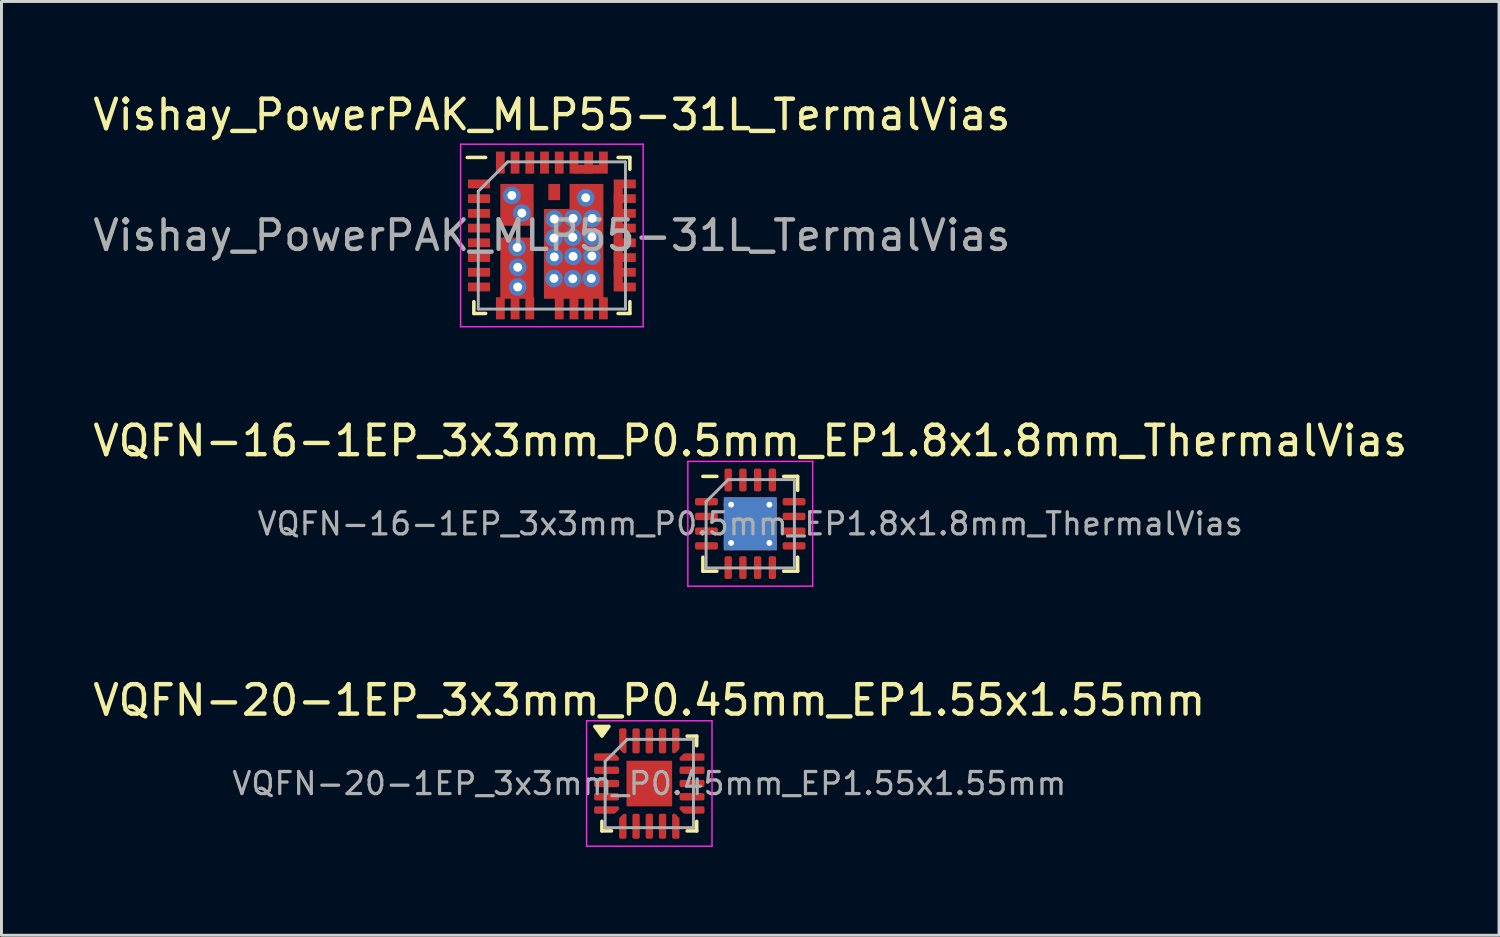
<source format=kicad_pcb>
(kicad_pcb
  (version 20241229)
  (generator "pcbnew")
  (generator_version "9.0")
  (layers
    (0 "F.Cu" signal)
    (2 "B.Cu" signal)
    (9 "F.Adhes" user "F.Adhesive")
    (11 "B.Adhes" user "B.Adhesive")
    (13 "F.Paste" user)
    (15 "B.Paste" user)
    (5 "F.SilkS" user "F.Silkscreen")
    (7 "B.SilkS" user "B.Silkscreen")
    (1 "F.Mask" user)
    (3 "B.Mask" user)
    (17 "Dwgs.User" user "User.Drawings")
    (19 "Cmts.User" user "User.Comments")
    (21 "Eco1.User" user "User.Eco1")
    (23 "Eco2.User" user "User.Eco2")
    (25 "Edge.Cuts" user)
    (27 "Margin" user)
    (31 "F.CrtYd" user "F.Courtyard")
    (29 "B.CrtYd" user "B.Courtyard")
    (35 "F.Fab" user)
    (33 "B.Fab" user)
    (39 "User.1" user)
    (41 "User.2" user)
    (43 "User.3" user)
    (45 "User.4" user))
  (footprint "VQFN-16-1EP_3x3mm_P0.5mm_EP1.8x1.8mm_ThermalVias"
    (layer "F.Cu")
    (at 22.435 14.742)
    (property "Reference" "VQFN-16-1EP_3x3mm_P0.5mm_EP1.8x1.8mm_ThermalVias" (at 0 -2.82 0) (layer "F.SilkS") (effects (font (size 1 1) (thickness 0.15))))
    (attr smd)
    (fp_line (start -1.61 1.61) (end -1.61 1.135) (stroke (width 0.12) (type solid)) (layer "F.SilkS"))
    (fp_line (start -1.135 -1.61) (end -1.61 -1.61) (stroke (width 0.12) (type solid)) (layer "F.SilkS"))
    (fp_line (start -1.135 1.61) (end -1.61 1.61) (stroke (width 0.12) (type solid)) (layer "F.SilkS"))
    (fp_line (start 1.135 -1.61) (end 1.61 -1.61) (stroke (width 0.12) (type solid)) (layer "F.SilkS"))
    (fp_line (start 1.135 1.61) (end 1.61 1.61) (stroke (width 0.12) (type solid)) (layer "F.SilkS"))
    (fp_line (start 1.61 -1.61) (end 1.61 -1.135) (stroke (width 0.12) (type solid)) (layer "F.SilkS"))
    (fp_line (start 1.61 1.61) (end 1.61 1.135) (stroke (width 0.12) (type solid)) (layer "F.SilkS"))
    (fp_line (start -2.12 -2.12) (end -2.12 2.12) (stroke (width 0.05) (type solid)) (layer "F.CrtYd"))
    (fp_line (start -2.12 2.12) (end 2.12 2.12) (stroke (width 0.05) (type solid)) (layer "F.CrtYd"))
    (fp_line (start 2.12 -2.12) (end -2.12 -2.12) (stroke (width 0.05) (type solid)) (layer "F.CrtYd"))
    (fp_line (start 2.12 2.12) (end 2.12 -2.12) (stroke (width 0.05) (type solid)) (layer "F.CrtYd"))
    (fp_line (start -1.5 -0.75) (end -0.75 -1.5) (stroke (width 0.1) (type solid)) (layer "F.Fab"))
    (fp_line (start -1.5 1.5) (end -1.5 -0.75) (stroke (width 0.1) (type solid)) (layer "F.Fab"))
    (fp_line (start -0.75 -1.5) (end 1.5 -1.5) (stroke (width 0.1) (type solid)) (layer "F.Fab"))
    (fp_line (start 1.5 -1.5) (end 1.5 1.5) (stroke (width 0.1) (type solid)) (layer "F.Fab"))
    (fp_line (start 1.5 1.5) (end -1.5 1.5) (stroke (width 0.1) (type solid)) (layer "F.Fab"))
    (fp_text user "${REFERENCE}" (at 0 0 0) (layer "F.Fab") (effects (font (size 0.75 0.75) (thickness 0.11))))
    (pad "" smd roundrect (at -0.45 -0.45) (size 0.78 0.78) (layers "F.Paste") (roundrect_rratio 0.25))
    (pad "" smd roundrect (at -0.45 0.45) (size 0.78 0.78) (layers "F.Paste") (roundrect_rratio 0.25))
    (pad "" smd roundrect (at 0.45 -0.45) (size 0.78 0.78) (layers "F.Paste") (roundrect_rratio 0.25))
    (pad "" smd roundrect (at 0.45 0.45) (size 0.78 0.78) (layers "F.Paste") (roundrect_rratio 0.25))
    (pad "1" smd roundrect (at -1.488 -0.75) (size 0.775 0.25) (layers "F.Cu" "F.Mask" "F.Paste") (roundrect_rratio 0.25))
    (pad "2" smd roundrect (at -1.488 -0.25) (size 0.775 0.25) (layers "F.Cu" "F.Mask" "F.Paste") (roundrect_rratio 0.25))
    (pad "3" smd roundrect (at -1.488 0.25) (size 0.775 0.25) (layers "F.Cu" "F.Mask" "F.Paste") (roundrect_rratio 0.25))
    (pad "4" smd roundrect (at -1.488 0.75) (size 0.775 0.25) (layers "F.Cu" "F.Mask" "F.Paste") (roundrect_rratio 0.25))
    (pad "5" smd roundrect (at -0.75 1.488) (size 0.25 0.775) (layers "F.Cu" "F.Mask" "F.Paste") (roundrect_rratio 0.25))
    (pad "6" smd roundrect (at -0.25 1.488) (size 0.25 0.775) (layers "F.Cu" "F.Mask" "F.Paste") (roundrect_rratio 0.25))
    (pad "7" smd roundrect (at 0.25 1.488) (size 0.25 0.775) (layers "F.Cu" "F.Mask" "F.Paste") (roundrect_rratio 0.25))
    (pad "8" smd roundrect (at 0.75 1.488) (size 0.25 0.775) (layers "F.Cu" "F.Mask" "F.Paste") (roundrect_rratio 0.25))
    (pad "9" smd roundrect (at 1.488 0.75) (size 0.775 0.25) (layers "F.Cu" "F.Mask" "F.Paste") (roundrect_rratio 0.25))
    (pad "10" smd roundrect (at 1.488 0.25) (size 0.775 0.25) (layers "F.Cu" "F.Mask" "F.Paste") (roundrect_rratio 0.25))
    (pad "11" smd roundrect (at 1.488 -0.25) (size 0.775 0.25) (layers "F.Cu" "F.Mask" "F.Paste") (roundrect_rratio 0.25))
    (pad "12" smd roundrect (at 1.488 -0.75) (size 0.775 0.25) (layers "F.Cu" "F.Mask" "F.Paste") (roundrect_rratio 0.25))
    (pad "13" smd roundrect (at 0.75 -1.488) (size 0.25 0.775) (layers "F.Cu" "F.Mask" "F.Paste") (roundrect_rratio 0.25))
    (pad "14" smd roundrect (at 0.25 -1.488) (size 0.25 0.775) (layers "F.Cu" "F.Mask" "F.Paste") (roundrect_rratio 0.25))
    (pad "15" smd roundrect (at -0.25 -1.488) (size 0.25 0.775) (layers "F.Cu" "F.Mask" "F.Paste") (roundrect_rratio 0.25))
    (pad "16" smd roundrect (at -0.75 -1.488) (size 0.25 0.775) (layers "F.Cu" "F.Mask" "F.Paste") (roundrect_rratio 0.25))
    (pad "17" thru_hole circle (at -0.65 -0.65) (size 0.5 0.5) (drill 0.2) (layers "*.Cu"))
    (pad "17" thru_hole circle (at -0.65 0.65) (size 0.5 0.5) (drill 0.2) (layers "*.Cu"))
    (pad "17" smd rect (at 0 0) (size 1.8 1.8) (layers "F.Cu" "F.Mask"))
    (pad "17" smd rect (at 0 0) (size 1.8 1.8) (layers "B.Cu"))
    (pad "17" thru_hole circle (at 0.65 -0.65) (size 0.5 0.5) (drill 0.2) (layers "*.Cu"))
    (pad "17" thru_hole circle (at 0.65 0.65) (size 0.5 0.5) (drill 0.2) (layers "*.Cu")))
  (footprint "VQFN-20-1EP_3x3mm_P0.45mm_EP1.55x1.55mm"
    (layer "F.Cu")
    (at 19.006 23.565)
    (property "Reference" "VQFN-20-1EP_3x3mm_P0.45mm_EP1.55x1.55mm" (at 0 -2.83 0) (layer "F.SilkS") (effects (font (size 1 1) (thickness 0.15))))
    (attr smd)
    (fp_line (start -1.61 1.61) (end -1.61 1.285) (stroke (width 0.12) (type solid)) (layer "F.SilkS"))
    (fp_line (start -1.285 1.61) (end -1.61 1.61) (stroke (width 0.12) (type solid)) (layer "F.SilkS"))
    (fp_line (start 1.285 -1.61) (end 1.61 -1.61) (stroke (width 0.12) (type solid)) (layer "F.SilkS"))
    (fp_line (start 1.285 1.61) (end 1.61 1.61) (stroke (width 0.12) (type solid)) (layer "F.SilkS"))
    (fp_line (start 1.61 -1.61) (end 1.61 -1.285) (stroke (width 0.12) (type solid)) (layer "F.SilkS"))
    (fp_line (start 1.61 1.61) (end 1.61 1.285) (stroke (width 0.12) (type solid)) (layer "F.SilkS"))
    (fp_poly (pts (xy -1.61 -1.61) (xy -1.85 -1.94) (xy -1.37 -1.94) (xy -1.61 -1.61)) (stroke (width 0.12) (type solid)) (fill yes) (layer "F.SilkS"))
    (fp_line (start -2.13 -2.13) (end -2.13 2.13) (stroke (width 0.05) (type solid)) (layer "F.CrtYd"))
    (fp_line (start -2.13 2.13) (end 2.13 2.13) (stroke (width 0.05) (type solid)) (layer "F.CrtYd"))
    (fp_line (start 2.13 -2.13) (end -2.13 -2.13) (stroke (width 0.05) (type solid)) (layer "F.CrtYd"))
    (fp_line (start 2.13 2.13) (end 2.13 -2.13) (stroke (width 0.05) (type solid)) (layer "F.CrtYd"))
    (fp_line (start -1.5 -0.75) (end -0.75 -1.5) (stroke (width 0.1) (type solid)) (layer "F.Fab"))
    (fp_line (start -1.5 1.5) (end -1.5 -0.75) (stroke (width 0.1) (type solid)) (layer "F.Fab"))
    (fp_line (start -0.75 -1.5) (end 1.5 -1.5) (stroke (width 0.1) (type solid)) (layer "F.Fab"))
    (fp_line (start 1.5 -1.5) (end 1.5 1.5) (stroke (width 0.1) (type solid)) (layer "F.Fab"))
    (fp_line (start 1.5 1.5) (end -1.5 1.5) (stroke (width 0.1) (type solid)) (layer "F.Fab"))
    (fp_text user "${REFERENCE}" (at 0 0 0) (layer "F.Fab") (effects (font (size 0.75 0.75) (thickness 0.11))))
    (pad "" smd roundrect (at -0.39 -0.39) (size 0.62 0.62) (layers "F.Paste") (roundrect_rratio 0.25))
    (pad "" smd roundrect (at -0.39 0.39) (size 0.62 0.62) (layers "F.Paste") (roundrect_rratio 0.25))
    (pad "" smd roundrect (at 0.39 -0.39) (size 0.62 0.62) (layers "F.Paste") (roundrect_rratio 0.25))
    (pad "" smd roundrect (at 0.39 0.39) (size 0.62 0.62) (layers "F.Paste") (roundrect_rratio 0.25))
    (pad "1" smd custom (at -1.45 -0.9) (size 0.144 0.144) (layers "F.Cu" "F.Mask" "F.Paste") (options (anchor circle)) (primitives (gr_poly (pts (xy -0.375 -0.075) (xy 0.254 -0.075) (xy 0.375 0.046) (xy 0.375 0.075) (xy -0.375 0.075)) (width 0.1) (fill yes))))
    (pad "2" smd roundrect (at -1.45 -0.45) (size 0.85 0.25) (layers "F.Cu" "F.Mask" "F.Paste") (roundrect_rratio 0.25))
    (pad "3" smd roundrect (at -1.45 0) (size 0.85 0.25) (layers "F.Cu" "F.Mask" "F.Paste") (roundrect_rratio 0.25))
    (pad "4" smd roundrect (at -1.45 0.45) (size 0.85 0.25) (layers "F.Cu" "F.Mask" "F.Paste") (roundrect_rratio 0.25))
    (pad "5" smd custom (at -1.45 0.9) (size 0.144 0.144) (layers "F.Cu" "F.Mask" "F.Paste") (options (anchor circle)) (primitives (gr_poly (pts (xy -0.375 -0.075) (xy 0.375 -0.075) (xy 0.375 -0.046) (xy 0.254 0.075) (xy -0.375 0.075)) (width 0.1) (fill yes))))
    (pad "6" smd custom (at -0.9 1.45) (size 0.144 0.144) (layers "F.Cu" "F.Mask" "F.Paste") (options (anchor circle)) (primitives (gr_poly (pts (xy -0.075 -0.254) (xy 0.046 -0.375) (xy 0.075 -0.375) (xy 0.075 0.375) (xy -0.075 0.375)) (width 0.1) (fill yes))))
    (pad "7" smd roundrect (at -0.45 1.45) (size 0.25 0.85) (layers "F.Cu" "F.Mask" "F.Paste") (roundrect_rratio 0.25))
    (pad "8" smd roundrect (at 0 1.45) (size 0.25 0.85) (layers "F.Cu" "F.Mask" "F.Paste") (roundrect_rratio 0.25))
    (pad "9" smd roundrect (at 0.45 1.45) (size 0.25 0.85) (layers "F.Cu" "F.Mask" "F.Paste") (roundrect_rratio 0.25))
    (pad "10" smd custom (at 0.9 1.45) (size 0.144 0.144) (layers "F.Cu" "F.Mask" "F.Paste") (options (anchor circle)) (primitives (gr_poly (pts (xy -0.075 -0.375) (xy -0.046 -0.375) (xy 0.075 -0.254) (xy 0.075 0.375) (xy -0.075 0.375)) (width 0.1) (fill yes))))
    (pad "11" smd custom (at 1.45 0.9) (size 0.144 0.144) (layers "F.Cu" "F.Mask" "F.Paste") (options (anchor circle)) (primitives (gr_poly (pts (xy -0.375 -0.075) (xy 0.375 -0.075) (xy 0.375 0.075) (xy -0.254 0.075) (xy -0.375 -0.046)) (width 0.1) (fill yes))))
    (pad "12" smd roundrect (at 1.45 0.45) (size 0.85 0.25) (layers "F.Cu" "F.Mask" "F.Paste") (roundrect_rratio 0.25))
    (pad "13" smd roundrect (at 1.45 0) (size 0.85 0.25) (layers "F.Cu" "F.Mask" "F.Paste") (roundrect_rratio 0.25))
    (pad "14" smd roundrect (at 1.45 -0.45) (size 0.85 0.25) (layers "F.Cu" "F.Mask" "F.Paste") (roundrect_rratio 0.25))
    (pad "15" smd custom (at 1.45 -0.9) (size 0.144 0.144) (layers "F.Cu" "F.Mask" "F.Paste") (options (anchor circle)) (primitives (gr_poly (pts (xy -0.375 0.046) (xy -0.254 -0.075) (xy 0.375 -0.075) (xy 0.375 0.075) (xy -0.375 0.075)) (width 0.1) (fill yes))))
    (pad "16" smd custom (at 0.9 -1.45) (size 0.144 0.144) (layers "F.Cu" "F.Mask" "F.Paste") (options (anchor circle)) (primitives (gr_poly (pts (xy -0.075 -0.375) (xy 0.075 -0.375) (xy 0.075 0.254) (xy -0.046 0.375) (xy -0.075 0.375)) (width 0.1) (fill yes))))
    (pad "17" smd roundrect (at 0.45 -1.45) (size 0.25 0.85) (layers "F.Cu" "F.Mask" "F.Paste") (roundrect_rratio 0.25))
    (pad "18" smd roundrect (at 0 -1.45) (size 0.25 0.85) (layers "F.Cu" "F.Mask" "F.Paste") (roundrect_rratio 0.25))
    (pad "19" smd roundrect (at -0.45 -1.45) (size 0.25 0.85) (layers "F.Cu" "F.Mask" "F.Paste") (roundrect_rratio 0.25))
    (pad "20" smd custom (at -0.9 -1.45) (size 0.144 0.144) (layers "F.Cu" "F.Mask" "F.Paste") (options (anchor circle)) (primitives (gr_poly (pts (xy -0.075 -0.375) (xy 0.075 -0.375) (xy 0.075 0.375) (xy 0.046 0.375) (xy -0.075 0.254)) (width 0.1) (fill yes))))
    (pad "21" smd rect (at 0 0) (size 1.55 1.55) (property pad_prop_heatsink) (layers "F.Cu" "F.Mask")))
  (footprint "Vishay_PowerPAK_MLP55-31L_TermalVias"
    (layer "F.Cu")
    (at 15.696 4.948)
    (property "Reference" "Vishay_PowerPAK_MLP55-31L_TermalVias" (at 0 -4.1 0) (layer "F.SilkS") (effects (font (size 1 1) (thickness 0.15))))
    (attr smd)
    (fp_line (start -2.65 2.65) (end -2.65 2.25) (stroke (width 0.12) (type solid)) (layer "F.SilkS"))
    (fp_line (start -2.25 -2.65) (end -2.875 -2.65) (stroke (width 0.12) (type solid)) (layer "F.SilkS"))
    (fp_line (start -2.25 2.65) (end -2.65 2.65) (stroke (width 0.12) (type solid)) (layer "F.SilkS"))
    (fp_line (start 2.25 -2.65) (end 2.65 -2.65) (stroke (width 0.12) (type solid)) (layer "F.SilkS"))
    (fp_line (start 2.25 2.65) (end 2.65 2.65) (stroke (width 0.12) (type solid)) (layer "F.SilkS"))
    (fp_line (start 2.65 -2.65) (end 2.65 -2.25) (stroke (width 0.12) (type solid)) (layer "F.SilkS"))
    (fp_line (start 2.65 2.65) (end 2.65 2.25) (stroke (width 0.12) (type solid)) (layer "F.SilkS"))
    (fp_line (start -3.1 -3.1) (end 3.1 -3.1) (stroke (width 0.05) (type solid)) (layer "F.CrtYd"))
    (fp_line (start -3.1 3.1) (end -3.1 -3.1) (stroke (width 0.05) (type solid)) (layer "F.CrtYd"))
    (fp_line (start 3.1 -3.1) (end 3.1 3.1) (stroke (width 0.05) (type solid)) (layer "F.CrtYd"))
    (fp_line (start 3.1 3.1) (end -3.1 3.1) (stroke (width 0.05) (type solid)) (layer "F.CrtYd"))
    (fp_line (start -2.5 -1.5) (end -2.5 2.5) (stroke (width 0.1) (type solid)) (layer "F.Fab"))
    (fp_line (start -2.5 2.5) (end 2.5 2.5) (stroke (width 0.1) (type solid)) (layer "F.Fab"))
    (fp_line (start -1.5 -2.5) (end -2.5 -1.5) (stroke (width 0.1) (type solid)) (layer "F.Fab"))
    (fp_line (start 2.5 -2.5) (end -1.5 -2.5) (stroke (width 0.1) (type solid)) (layer "F.Fab"))
    (fp_line (start 2.5 2.5) (end 2.5 -2.5) (stroke (width 0.1) (type solid)) (layer "F.Fab"))
    (fp_text user "${REFERENCE}" (at 0 0 0) (layer "F.Fab") (effects (font (size 1 1) (thickness 0.15))))
    (pad "1" smd rect (at -2.475 -1.75 90) (size 0.3 0.75) (layers "F.Cu" "F.Mask" "F.Paste"))
    (pad "2" smd rect (at -2.475 -1.25 90) (size 0.3 0.75) (layers "F.Cu" "F.Mask" "F.Paste"))
    (pad "3" smd rect (at -2.475 -0.75 90) (size 0.3 0.75) (layers "F.Cu" "F.Mask" "F.Paste"))
    (pad "4" smd rect (at -2.475 -0.25 90) (size 0.3 0.75) (layers "F.Cu" "F.Mask" "F.Paste"))
    (pad "5" smd rect (at -2.475 0.25 90) (size 0.3 0.75) (layers "F.Cu" "F.Mask" "F.Paste"))
    (pad "6" smd rect (at -2.475 0.75 90) (size 0.3 0.75) (layers "F.Cu" "F.Mask" "F.Paste"))
    (pad "7" smd rect (at -2.475 1.25 90) (size 0.3 0.75) (layers "F.Cu" "F.Mask" "F.Paste"))
    (pad "8" smd rect (at -2.475 1.75 90) (size 0.3 0.75) (layers "F.Cu" "F.Mask" "F.Paste"))
    (pad "9" smd rect (at -1.75 2.475) (size 0.3 0.75) (layers "F.Cu" "F.Mask" "F.Paste"))
    (pad "10" smd rect (at -1.25 2.475) (size 0.3 0.75) (layers "F.Cu" "F.Mask" "F.Paste"))
    (pad "11" smd rect (at -0.75 2.475) (size 0.3 0.75) (layers "F.Cu" "F.Mask" "F.Paste"))
    (pad "12" smd rect (at 0.25 2.475) (size 0.3 0.75) (layers "F.Cu" "F.Mask" "F.Paste"))
    (pad "13" smd rect (at 0.75 2.475) (size 0.3 0.75) (layers "F.Cu" "F.Mask" "F.Paste"))
    (pad "14" smd rect (at 1.25 2.475) (size 0.3 0.75) (layers "F.Cu" "F.Mask" "F.Paste"))
    (pad "15" smd rect (at 1.75 2.475) (size 0.3 0.75) (layers "F.Cu" "F.Mask" "F.Paste"))
    (pad "16" smd rect (at 2.475 1.75 90) (size 0.3 0.75) (layers "F.Cu" "F.Mask" "F.Paste"))
    (pad "17" smd rect (at 2.475 1.25 90) (size 0.3 0.75) (layers "F.Cu" "F.Mask" "F.Paste"))
    (pad "18" smd rect (at 2.475 0.75 90) (size 0.3 0.75) (layers "F.Cu" "F.Mask" "F.Paste"))
    (pad "19" smd rect (at 2.475 0.25 90) (size 0.3 0.75) (layers "F.Cu" "F.Mask" "F.Paste"))
    (pad "20" smd rect (at 2.475 -0.25 90) (size 0.3 0.75) (layers "F.Cu" "F.Mask" "F.Paste"))
    (pad "21" smd rect (at 2.475 -0.75 90) (size 0.3 0.75) (layers "F.Cu" "F.Mask" "F.Paste"))
    (pad "22" smd rect (at 2.475 -1.25 90) (size 0.3 0.75) (layers "F.Cu" "F.Mask" "F.Paste"))
    (pad "23" smd custom (at 2.475 -1.75 90) (size 0.3 0.75) (layers "F.Cu" "F.Mask" "F.Paste") (options (anchor rect)) (primitives (gr_poly (pts (xy 0 -0.375) (xy -3.425 -0.375) (xy -3.425 -0.07) (xy 0 -0.07)) (width 0) (fill yes))))
    (pad "24" smd custom (at 1.75 -2.475) (size 0.3 0.75) (layers "F.Cu" "F.Mask" "F.Paste") (options (anchor rect)) (primitives (gr_poly (pts (xy 0 0.075) (xy -1 0.075) (xy -1 0.375) (xy 0 0.375)) (width 0) (fill yes))))
    (pad "25" smd rect (at 1.25 -2.475) (size 0.3 0.75) (layers "F.Cu" "F.Mask" "F.Paste"))
    (pad "26" smd rect (at 0.75 -2.475) (size 0.3 0.75) (layers "F.Cu" "F.Mask" "F.Paste"))
    (pad "27" smd rect (at 0.25 -2.475) (size 0.3 0.75) (layers "F.Cu" "F.Mask" "F.Paste"))
    (pad "28" smd rect (at -0.25 -2.475) (size 0.3 0.75) (layers "F.Cu" "F.Mask" "F.Paste"))
    (pad "29" smd rect (at -0.75 -2.475) (size 0.3 0.75) (layers "F.Cu" "F.Mask" "F.Paste"))
    (pad "30" smd rect (at -1.25 -2.475) (size 0.3 0.75) (layers "F.Cu" "F.Mask" "F.Paste"))
    (pad "31" smd rect (at -1.75 -2.475) (size 0.3 0.75) (layers "F.Cu" "F.Mask" "F.Paste"))
    (pad "32" thru_hole circle (at -1.36 -1.36) (size 0.6 0.6) (drill 0.3) (layers "*.Cu" "*.Mask"))
    (pad "32" smd rect (at -1.185 -1.04) (size 1.13 1.42) (layers "F.Cu" "F.Mask" "F.Paste"))
    (pad "32" thru_hole circle (at -1.02 -0.76) (size 0.6 0.6) (drill 0.3) (layers "*.Cu" "*.Mask"))
    (pad "33" smd rect (at -1.185 1.11) (size 1.13 2.08) (layers "F.Cu" "F.Mask" "F.Paste"))
    (pad "33" thru_hole circle (at -1.18 0.41) (size 0.6 0.6) (drill 0.3) (layers "*.Cu" "*.Mask"))
    (pad "33" thru_hole circle (at -1.16 1.08) (size 0.6 0.6) (drill 0.3) (layers "*.Cu" "*.Mask"))
    (pad "33" thru_hole circle (at -1.16 1.75) (size 0.6 0.6) (drill 0.3) (layers "*.Cu" "*.Mask"))
    (pad "33" smd rect (at 0.08 -1.475) (size 0.4 0.55) (layers "F.Cu" "F.Mask" "F.Paste"))
    (pad "35" thru_hole circle (at 0.07 0.09) (size 0.6 0.6) (drill 0.3) (layers "*.Cu" "*.Mask"))
    (pad "35" thru_hole circle (at 0.07 1.46) (size 0.6 0.6) (drill 0.3) (layers "*.Cu" "*.Mask"))
    (pad "35" thru_hole circle (at 0.08 -0.56) (size 0.6 0.6) (drill 0.3) (layers "*.Cu" "*.Mask"))
    (pad "35" thru_hole circle (at 0.08 0.73) (size 0.6 0.6) (drill 0.3) (layers "*.Cu" "*.Mask"))
    (pad "35" thru_hole circle (at 0.71 0.06) (size 0.6 0.6) (drill 0.3) (layers "*.Cu" "*.Mask"))
    (pad "35" thru_hole circle (at 0.71 1.47) (size 0.6 0.6) (drill 0.3) (layers "*.Cu" "*.Mask"))
    (pad "35" thru_hole circle (at 0.72 -0.58) (size 0.6 0.6) (drill 0.3) (layers "*.Cu" "*.Mask"))
    (pad "35" thru_hole circle (at 0.72 0.71) (size 0.6 0.6) (drill 0.3) (layers "*.Cu" "*.Mask"))
    (pad "35" smd custom (at 0.73 0.25) (size 1 1) (layers "F.Cu" "F.Mask" "F.Paste") (options (anchor rect)) (primitives (gr_poly (pts (xy -0.13 -2) (xy 1.02 -2) (xy 1.02 1.9) (xy -1 1.9) (xy -1 -1.15) (xy -0.13 -1.15)) (width 0) (fill yes))))
    (pad "35" thru_hole circle (at 1.15 -1.28) (size 0.6 0.6) (drill 0.3) (layers "*.Cu" "*.Mask"))
    (pad "35" thru_hole circle (at 1.34 1.46) (size 0.6 0.6) (drill 0.3) (layers "*.Cu" "*.Mask"))
    (pad "35" thru_hole circle (at 1.36 0.05) (size 0.6 0.6) (drill 0.3) (layers "*.Cu" "*.Mask"))
    (pad "35" thru_hole circle (at 1.36 0.7) (size 0.6 0.6) (drill 0.3) (layers "*.Cu" "*.Mask"))
    (pad "35" thru_hole circle (at 1.37 -0.58) (size 0.6 0.6) (drill 0.3) (layers "*.Cu" "*.Mask")))
  (gr_rect
    (start -3 -3)
    (end 47.869 28.72)
    (stroke (width 0.1) (type default))
    (fill no)
    (layer "Edge.Cuts")))
</source>
